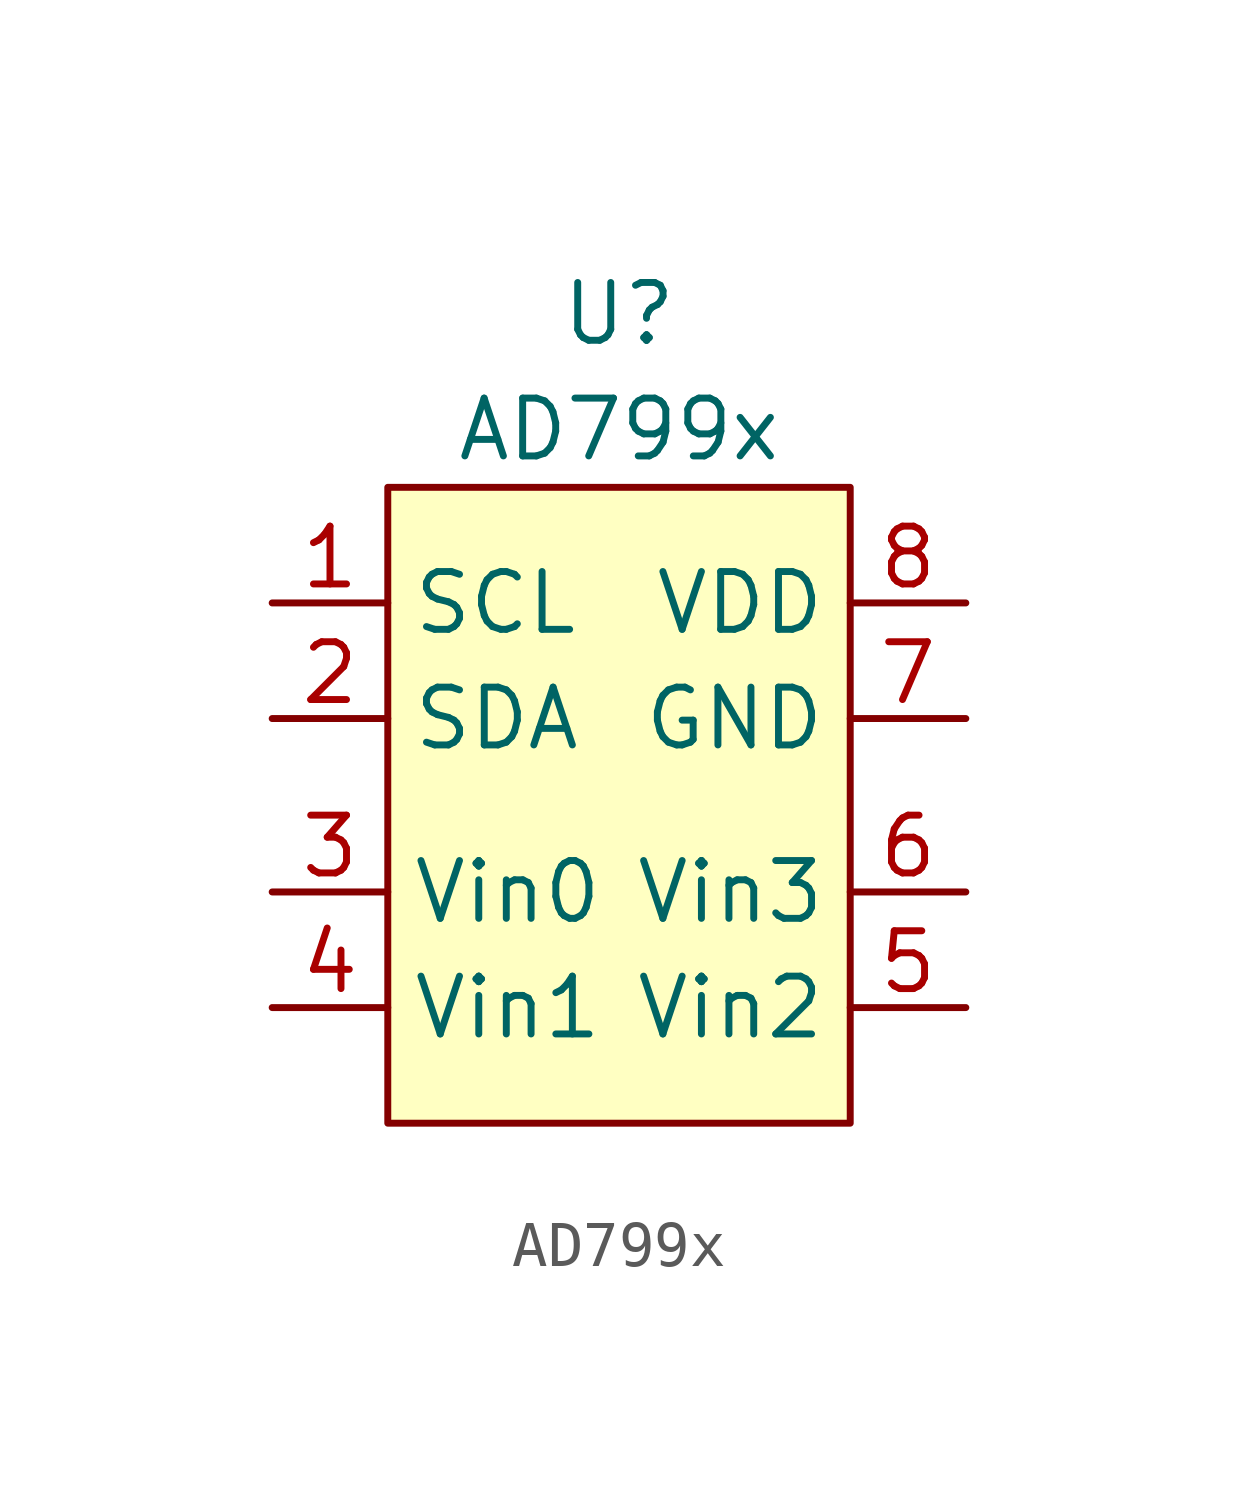
<source format=kicad_sym>
(kicad_symbol_lib
  (version 20211014)
  (generator kicad_symbol_editor)
  (symbol "AD799x"
    (property "Reference" "U"
      (at 0 0 0)
      (effects (font (size 1.27 1.27))))
    (property "Value" "AD799x"
      (at 0 -2.54 0)
      (effects (font (size 1.27 1.27))))
    (symbol "AD799x_0_1"
      (rectangle (start -5.08 -3.81) (end 5.08 -17.78) (stroke (width 0) (type default) (color 0 0 0 0)) (fill (type background))))
    (symbol "AD799x_1_1"
      (pin bidirectional line (at -7.62 -6.35 0) (length 2.54) (name "SCL" (effects (font (size 1.27 1.27)))) (number "1" (effects (font (size 1.27 1.27)))))
      (pin bidirectional line (at -7.62 -8.89 0) (length 2.54) (name "SDA" (effects (font (size 1.27 1.27)))) (number "2" (effects (font (size 1.27 1.27)))))
      (pin input line (at -7.62 -12.7 0) (length 2.54) (name "Vin0" (effects (font (size 1.27 1.27)))) (number "3" (effects (font (size 1.27 1.27)))))
      (pin input line (at -7.62 -15.24 0) (length 2.54) (name "Vin1" (effects (font (size 1.27 1.27)))) (number "4" (effects (font (size 1.27 1.27)))))
      (pin input line (at 7.62 -15.24 180) (length 2.54) (name "Vin2" (effects (font (size 1.27 1.27)))) (number "5" (effects (font (size 1.27 1.27)))))
      (pin input line (at 7.62 -12.7 180) (length 2.54) (name "Vin3" (effects (font (size 1.27 1.27)))) (number "6" (effects (font (size 1.27 1.27)))))
      (pin power_in line (at 7.62 -8.89 180) (length 2.54) (name "GND" (effects (font (size 1.27 1.27)))) (number "7" (effects (font (size 1.27 1.27)))))
      (pin power_in line (at 7.62 -6.35 180) (length 2.54) (name "VDD" (effects (font (size 1.27 1.27)))) (number "8" (effects (font (size 1.27 1.27))))))))
</source>
